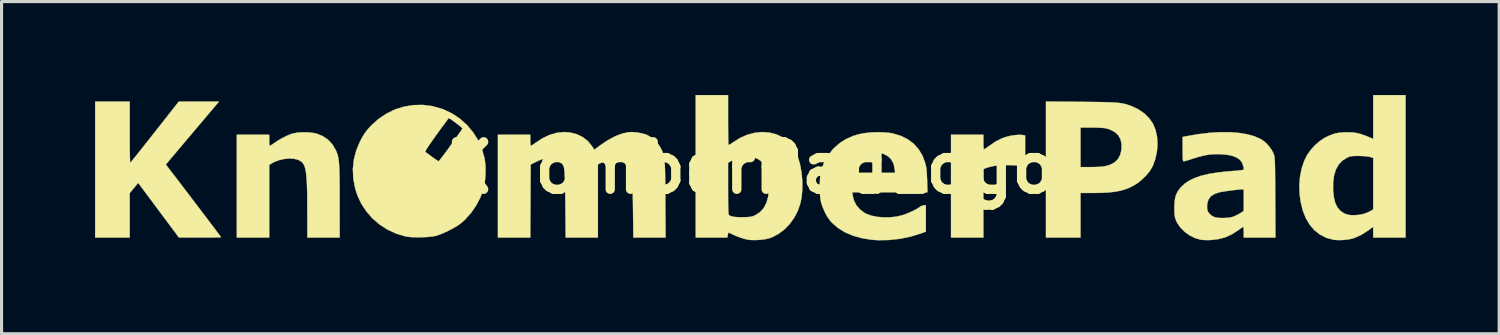
<source format=kicad_pcb>
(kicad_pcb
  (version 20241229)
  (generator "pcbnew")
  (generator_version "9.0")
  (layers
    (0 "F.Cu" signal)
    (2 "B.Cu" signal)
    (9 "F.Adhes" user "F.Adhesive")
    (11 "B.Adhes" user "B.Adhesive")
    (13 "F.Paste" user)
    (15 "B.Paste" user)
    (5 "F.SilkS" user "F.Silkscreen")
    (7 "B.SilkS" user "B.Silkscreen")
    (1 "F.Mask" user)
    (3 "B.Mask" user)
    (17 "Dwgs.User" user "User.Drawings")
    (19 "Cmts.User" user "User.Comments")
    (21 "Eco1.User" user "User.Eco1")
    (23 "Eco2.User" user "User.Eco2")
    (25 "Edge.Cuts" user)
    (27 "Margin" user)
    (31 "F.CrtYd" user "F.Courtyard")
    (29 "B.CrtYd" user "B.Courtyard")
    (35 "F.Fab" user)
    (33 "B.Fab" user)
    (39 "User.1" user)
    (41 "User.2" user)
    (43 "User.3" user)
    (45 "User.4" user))
  (footprint "KnomberPadLogo"
    (layer "F.Cu")
    (at 21.041 2.337)
    (property "Reference" "KnomberPadLogo" (at 0 0 0) (layer "F.SilkS") (effects (font (size 1.524 1.524) (thickness 0.3))))
    (attr through_hole)
    (fp_poly (pts (xy 7.481 -0.835) (xy 7.483 -0.737) (xy 7.486 -0.657) (xy 7.492 -0.606) (xy 7.495 -0.594) (xy 7.519 -0.601) (xy 7.568 -0.631) (xy 7.634 -0.678) (xy 7.651 -0.691) (xy 7.863 -0.838) (xy 8.071 -0.943) (xy 8.198 -0.989) (xy 8.33 -1.022) (xy 8.47 -1.046) (xy 8.601 -1.058) (xy 8.708 -1.056) (xy 8.74 -1.052) (xy 8.821 -1.037) (xy 8.821 -0.041) (xy 8.757 -0.056) (xy 8.712 -0.063) (xy 8.63 -0.07) (xy 8.523 -0.077) (xy 8.401 -0.083) (xy 8.356 -0.085) (xy 8.077 -0.085) (xy 7.838 -0.063) (xy 7.638 -0.017) (xy 7.558 0.012) (xy 7.481 0.044) (xy 7.481 2.24) (xy 6.442 2.24) (xy 6.442 -1.062) (xy 7.481 -1.062) (xy 7.481 -0.835)) (stroke (width 0.01) (type solid)) (fill yes) (layer "F.SilkS"))
    (fp_poly (pts (xy -19.927 -1.143) (xy -19.927 -0.935) (xy -19.926 -0.742) (xy -19.924 -0.569) (xy -19.922 -0.421) (xy -19.919 -0.302) (xy -19.916 -0.217) (xy -19.912 -0.17) (xy -19.91 -0.163) (xy -19.893 -0.181) (xy -19.85 -0.232) (xy -19.784 -0.312) (xy -19.698 -0.419) (xy -19.593 -0.549) (xy -19.474 -0.699) (xy -19.342 -0.866) (xy -19.201 -1.045) (xy -19.123 -1.144) (xy -18.353 -2.124) (xy -17.062 -2.124) (xy -17.357 -1.775) (xy -17.444 -1.672) (xy -17.555 -1.541) (xy -17.684 -1.389) (xy -17.824 -1.223) (xy -17.97 -1.05) (xy -18.115 -0.878) (xy -18.211 -0.765) (xy -18.768 -0.105) (xy -18.705 -0.023) (xy -18.641 0.06) (xy -18.558 0.168) (xy -18.458 0.297) (xy -18.346 0.444) (xy -18.223 0.605) (xy -18.093 0.776) (xy -17.959 0.952) (xy -17.822 1.132) (xy -17.687 1.309) (xy -17.556 1.482) (xy -17.432 1.645) (xy -17.318 1.796) (xy -17.217 1.93) (xy -17.131 2.044) (xy -17.064 2.134) (xy -17.018 2.196) (xy -16.996 2.225) (xy -16.995 2.228) (xy -17.017 2.231) (xy -17.08 2.233) (xy -17.177 2.236) (xy -17.303 2.238) (xy -17.453 2.239) (xy -17.62 2.239) (xy -17.67 2.239) (xy -18.346 2.239) (xy -19 1.362) (xy -19.654 0.485) (xy -19.927 0.812) (xy -19.927 2.24) (xy -21.036 2.24) (xy -21.036 -2.124) (xy -19.927 -2.124) (xy -19.927 -1.143)) (stroke (width 0.01) (type solid)) (fill yes) (layer "F.SilkS"))
    (fp_poly (pts (xy -14.072 -1.126) (xy -13.935 -1.1) (xy -13.928 -1.098) (xy -13.728 -1.017) (xy -13.557 -0.901) (xy -13.418 -0.751) (xy -13.31 -0.567) (xy -13.309 -0.567) (xy -13.284 -0.507) (xy -13.262 -0.447) (xy -13.243 -0.384) (xy -13.228 -0.311) (xy -13.216 -0.226) (xy -13.206 -0.125) (xy -13.199 -0.002) (xy -13.193 0.146) (xy -13.19 0.323) (xy -13.187 0.534) (xy -13.186 0.782) (xy -13.186 1.073) (xy -13.186 1.079) (xy -13.185 2.24) (xy -14.224 2.24) (xy -14.225 1.426) (xy -14.226 1.119) (xy -14.228 0.856) (xy -14.233 0.631) (xy -14.241 0.442) (xy -14.252 0.284) (xy -14.266 0.155) (xy -14.285 0.051) (xy -14.307 -0.032) (xy -14.334 -0.097) (xy -14.367 -0.149) (xy -14.405 -0.189) (xy -14.412 -0.196) (xy -14.515 -0.255) (xy -14.648 -0.289) (xy -14.8 -0.299) (xy -14.963 -0.284) (xy -15.128 -0.247) (xy -15.286 -0.186) (xy -15.373 -0.139) (xy -15.448 -0.093) (xy -15.448 2.24) (xy -16.487 2.24) (xy -16.487 -1.062) (xy -15.448 -1.062) (xy -15.448 -0.893) (xy -15.446 -0.809) (xy -15.441 -0.744) (xy -15.435 -0.711) (xy -15.434 -0.709) (xy -15.41 -0.715) (xy -15.36 -0.743) (xy -15.301 -0.784) (xy -15.172 -0.872) (xy -15.024 -0.957) (xy -14.874 -1.031) (xy -14.736 -1.087) (xy -14.697 -1.099) (xy -14.564 -1.126) (xy -14.404 -1.139) (xy -14.234 -1.139) (xy -14.072 -1.126)) (stroke (width 0.01) (type solid)) (fill yes) (layer "F.SilkS"))
    (fp_poly (pts (xy 10.628 -2.118) (xy 10.905 -2.115) (xy 11.141 -2.112) (xy 11.339 -2.108) (xy 11.506 -2.104) (xy 11.645 -2.098) (xy 11.76 -2.09) (xy 11.857 -2.08) (xy 11.94 -2.068) (xy 12.014 -2.052) (xy 12.083 -2.034) (xy 12.152 -2.011) (xy 12.226 -1.984) (xy 12.243 -1.978) (xy 12.456 -1.877) (xy 12.645 -1.747) (xy 12.802 -1.593) (xy 12.923 -1.42) (xy 12.929 -1.408) (xy 13.01 -1.212) (xy 13.057 -0.992) (xy 13.071 -0.757) (xy 13.052 -0.517) (xy 13 -0.279) (xy 12.916 -0.053) (xy 12.903 -0.027) (xy 12.822 0.106) (xy 12.708 0.245) (xy 12.573 0.378) (xy 12.428 0.494) (xy 12.342 0.549) (xy 12.197 0.626) (xy 12.048 0.687) (xy 11.886 0.734) (xy 11.706 0.769) (xy 11.501 0.792) (xy 11.263 0.804) (xy 10.992 0.808) (xy 10.599 0.808) (xy 10.599 2.24) (xy 9.49 2.24) (xy 9.49 -0.023) (xy 10.599 -0.023) (xy 10.918 -0.023) (xy 11.049 -0.025) (xy 11.177 -0.03) (xy 11.287 -0.038) (xy 11.367 -0.047) (xy 11.373 -0.048) (xy 11.553 -0.098) (xy 11.696 -0.175) (xy 11.802 -0.28) (xy 11.875 -0.415) (xy 11.914 -0.58) (xy 11.914 -0.587) (xy 11.918 -0.766) (xy 11.882 -0.92) (xy 11.808 -1.048) (xy 11.696 -1.151) (xy 11.545 -1.229) (xy 11.448 -1.26) (xy 11.355 -1.276) (xy 11.219 -1.287) (xy 11.043 -1.292) (xy 10.962 -1.293) (xy 10.599 -1.293) (xy 10.599 -0.023) (xy 9.49 -0.023) (xy 9.49 -2.128) (xy 10.628 -2.118)) (stroke (width 0.01) (type solid)) (fill yes) (layer "F.SilkS"))
    (fp_poly (pts (xy 21.036 2.24) (xy 19.997 2.24) (xy 19.997 1.894) (xy 19.852 2) (xy 19.632 2.142) (xy 19.413 2.244) (xy 19.328 2.272) (xy 19.203 2.299) (xy 19.053 2.316) (xy 18.9 2.322) (xy 18.762 2.315) (xy 18.712 2.308) (xy 18.488 2.246) (xy 18.288 2.145) (xy 18.111 2.006) (xy 17.96 1.831) (xy 17.835 1.621) (xy 17.738 1.379) (xy 17.67 1.105) (xy 17.637 0.875) (xy 17.631 0.711) (xy 18.709 0.711) (xy 18.731 0.932) (xy 18.774 1.115) (xy 18.841 1.261) (xy 18.933 1.375) (xy 19.053 1.457) (xy 19.165 1.502) (xy 19.263 1.519) (xy 19.386 1.523) (xy 19.519 1.513) (xy 19.644 1.492) (xy 19.703 1.476) (xy 19.792 1.443) (xy 19.875 1.406) (xy 19.922 1.382) (xy 19.997 1.336) (xy 19.997 -0.317) (xy 19.887 -0.349) (xy 19.81 -0.364) (xy 19.701 -0.375) (xy 19.575 -0.38) (xy 19.523 -0.381) (xy 19.405 -0.38) (xy 19.32 -0.375) (xy 19.257 -0.364) (xy 19.201 -0.346) (xy 19.156 -0.325) (xy 19.005 -0.229) (xy 18.886 -0.102) (xy 18.798 0.056) (xy 18.739 0.247) (xy 18.71 0.471) (xy 18.709 0.711) (xy 17.631 0.711) (xy 17.625 0.575) (xy 17.647 0.285) (xy 17.702 0.011) (xy 17.789 -0.238) (xy 17.875 -0.409) (xy 17.988 -0.57) (xy 18.125 -0.722) (xy 18.276 -0.855) (xy 18.428 -0.956) (xy 18.445 -0.966) (xy 18.61 -1.044) (xy 18.759 -1.097) (xy 18.907 -1.127) (xy 19.073 -1.139) (xy 19.142 -1.141) (xy 19.315 -1.136) (xy 19.464 -1.117) (xy 19.608 -1.081) (xy 19.767 -1.024) (xy 19.818 -1.003) (xy 19.997 -0.928) (xy 19.997 -2.332) (xy 21.036 -2.332) (xy 21.036 2.24)) (stroke (width 0.01) (type solid)) (fill yes) (layer "F.SilkS"))
    (fp_poly (pts (xy 4.288 -1.137) (xy 4.48 -1.119) (xy 4.584 -1.1) (xy 4.837 -1.023) (xy 5.058 -0.912) (xy 5.247 -0.769) (xy 5.403 -0.594) (xy 5.526 -0.388) (xy 5.606 -0.177) (xy 5.629 -0.094) (xy 5.646 -0.012) (xy 5.658 0.08) (xy 5.666 0.192) (xy 5.672 0.336) (xy 5.675 0.398) (xy 5.686 0.785) (xy 3.273 0.785) (xy 3.284 0.886) (xy 3.326 1.053) (xy 3.407 1.208) (xy 3.524 1.343) (xy 3.671 1.451) (xy 3.726 1.479) (xy 3.886 1.537) (xy 4.076 1.575) (xy 4.283 1.592) (xy 4.496 1.589) (xy 4.701 1.565) (xy 4.888 1.52) (xy 4.902 1.515) (xy 5.058 1.457) (xy 5.209 1.39) (xy 5.342 1.321) (xy 5.442 1.256) (xy 5.505 1.22) (xy 5.566 1.201) (xy 5.575 1.201) (xy 5.634 1.201) (xy 5.634 2.05) (xy 5.478 2.107) (xy 5.147 2.209) (xy 4.796 2.281) (xy 4.439 2.319) (xy 4.089 2.324) (xy 3.89 2.31) (xy 3.577 2.259) (xy 3.291 2.179) (xy 3.035 2.069) (xy 2.811 1.931) (xy 2.622 1.766) (xy 2.559 1.696) (xy 2.468 1.567) (xy 2.383 1.408) (xy 2.31 1.236) (xy 2.27 1.108) (xy 2.248 0.994) (xy 2.234 0.848) (xy 2.228 0.682) (xy 2.229 0.51) (xy 2.237 0.344) (xy 2.253 0.199) (xy 2.271 0.104) (xy 2.274 0.096) (xy 3.279 0.096) (xy 3.279 0.162) (xy 4.648 0.162) (xy 4.635 0.038) (xy 4.598 -0.127) (xy 4.526 -0.264) (xy 4.421 -0.37) (xy 4.285 -0.443) (xy 4.219 -0.463) (xy 4.09 -0.481) (xy 3.94 -0.48) (xy 3.79 -0.462) (xy 3.659 -0.427) (xy 3.63 -0.416) (xy 3.507 -0.341) (xy 3.404 -0.234) (xy 3.327 -0.109) (xy 3.285 0.026) (xy 3.279 0.096) (xy 2.274 0.096) (xy 2.358 -0.152) (xy 2.481 -0.381) (xy 2.641 -0.586) (xy 2.689 -0.636) (xy 2.873 -0.796) (xy 3.072 -0.923) (xy 3.295 -1.021) (xy 3.482 -1.078) (xy 3.657 -1.112) (xy 3.861 -1.134) (xy 4.076 -1.142) (xy 4.288 -1.137)) (stroke (width 0.01) (type solid)) (fill yes) (layer "F.SilkS"))
    (fp_poly (pts (xy -3.637 -1.134) (xy -3.487 -1.107) (xy -3.354 -1.069) (xy -3.308 -1.05) (xy -3.182 -0.976) (xy -3.058 -0.871) (xy -2.951 -0.752) (xy -2.879 -0.637) (xy -2.85 -0.577) (xy -2.825 -0.522) (xy -2.804 -0.469) (xy -2.786 -0.412) (xy -2.772 -0.349) (xy -2.761 -0.274) (xy -2.753 -0.184) (xy -2.746 -0.074) (xy -2.741 0.059) (xy -2.737 0.221) (xy -2.735 0.415) (xy -2.733 0.646) (xy -2.731 0.918) (xy -2.73 0.999) (xy -2.722 2.24) (xy -3.757 2.24) (xy -3.77 1.172) (xy -3.774 0.899) (xy -3.778 0.669) (xy -3.782 0.476) (xy -3.788 0.318) (xy -3.795 0.19) (xy -3.804 0.089) (xy -3.815 0.009) (xy -3.83 -0.052) (xy -3.847 -0.099) (xy -3.869 -0.135) (xy -3.895 -0.165) (xy -3.925 -0.193) (xy -4.012 -0.25) (xy -4.112 -0.284) (xy -4.237 -0.298) (xy -4.35 -0.295) (xy -4.457 -0.286) (xy -4.544 -0.269) (xy -4.632 -0.237) (xy -4.716 -0.197) (xy -4.895 -0.11) (xy -4.895 2.24) (xy -5.931 2.24) (xy -5.94 1.16) (xy -5.943 0.895) (xy -5.945 0.672) (xy -5.948 0.486) (xy -5.953 0.334) (xy -5.958 0.212) (xy -5.965 0.115) (xy -5.975 0.04) (xy -5.987 -0.019) (xy -6.002 -0.065) (xy -6.021 -0.102) (xy -6.044 -0.135) (xy -6.07 -0.167) (xy -6.074 -0.171) (xy -6.159 -0.24) (xy -6.271 -0.282) (xy -6.417 -0.298) (xy -6.518 -0.297) (xy -6.615 -0.288) (xy -6.696 -0.271) (xy -6.782 -0.239) (xy -6.871 -0.196) (xy -7.054 -0.104) (xy -7.06 1.068) (xy -7.066 2.24) (xy -8.105 2.24) (xy -8.105 -1.062) (xy -7.066 -1.062) (xy -7.066 -0.893) (xy -7.064 -0.809) (xy -7.06 -0.744) (xy -7.053 -0.711) (xy -7.052 -0.71) (xy -7.028 -0.715) (xy -6.98 -0.743) (xy -6.935 -0.775) (xy -6.694 -0.937) (xy -6.455 -1.052) (xy -6.217 -1.123) (xy -5.981 -1.147) (xy -5.784 -1.132) (xy -5.568 -1.077) (xy -5.378 -0.984) (xy -5.217 -0.857) (xy -5.094 -0.707) (xy -5.01 -0.581) (xy -4.816 -0.726) (xy -4.576 -0.887) (xy -4.342 -1.012) (xy -4.117 -1.098) (xy -3.91 -1.143) (xy -3.785 -1.147) (xy -3.637 -1.134)) (stroke (width 0.01) (type solid)) (fill yes) (layer "F.SilkS"))
    (fp_poly (pts (xy -0.716 -1.539) (xy -0.715 -1.353) (xy -0.714 -1.181) (xy -0.713 -1.029) (xy -0.71 -0.903) (xy -0.708 -0.808) (xy -0.705 -0.75) (xy -0.702 -0.733) (xy -0.678 -0.739) (xy -0.628 -0.767) (xy -0.561 -0.813) (xy -0.548 -0.822) (xy -0.328 -0.96) (xy -0.097 -1.061) (xy 0.139 -1.123) (xy 0.376 -1.147) (xy 0.607 -1.131) (xy 0.827 -1.076) (xy 1.023 -0.985) (xy 1.123 -0.912) (xy 1.23 -0.81) (xy 1.332 -0.691) (xy 1.418 -0.569) (xy 1.448 -0.518) (xy 1.534 -0.318) (xy 1.6 -0.087) (xy 1.645 0.165) (xy 1.668 0.429) (xy 1.668 0.692) (xy 1.645 0.946) (xy 1.605 1.143) (xy 1.524 1.379) (xy 1.409 1.601) (xy 1.263 1.803) (xy 1.094 1.978) (xy 0.904 2.122) (xy 0.701 2.229) (xy 0.606 2.263) (xy 0.475 2.293) (xy 0.317 2.313) (xy 0.153 2.321) (xy 0.001 2.317) (xy -0.071 2.309) (xy -0.196 2.281) (xy -0.342 2.234) (xy -0.49 2.176) (xy -0.595 2.127) (xy -0.654 2.098) (xy -0.693 2.081) (xy -0.701 2.078) (xy -0.711 2.098) (xy -0.724 2.148) (xy -0.726 2.159) (xy -0.741 2.24) (xy -1.755 2.24) (xy -1.755 -0.158) (xy -0.716 -0.158) (xy -0.716 0.669) (xy -0.715 0.899) (xy -0.714 1.087) (xy -0.712 1.236) (xy -0.709 1.349) (xy -0.704 1.431) (xy -0.699 1.484) (xy -0.691 1.513) (xy -0.687 1.519) (xy -0.623 1.553) (xy -0.525 1.575) (xy -0.39 1.586) (xy -0.231 1.587) (xy -0.111 1.583) (xy -0.024 1.577) (xy 0.041 1.566) (xy 0.099 1.548) (xy 0.161 1.52) (xy 0.166 1.517) (xy 0.313 1.421) (xy 0.429 1.292) (xy 0.515 1.128) (xy 0.571 0.931) (xy 0.596 0.7) (xy 0.594 0.487) (xy 0.575 0.281) (xy 0.542 0.114) (xy 0.491 -0.022) (xy 0.421 -0.132) (xy 0.371 -0.187) (xy 0.278 -0.262) (xy 0.178 -0.311) (xy 0.058 -0.338) (xy -0.093 -0.346) (xy -0.1 -0.346) (xy -0.229 -0.336) (xy -0.372 -0.306) (xy -0.511 -0.264) (xy -0.625 -0.213) (xy -0.641 -0.204) (xy -0.716 -0.158) (xy -1.755 -0.158) (xy -1.755 -2.332) (xy -0.716 -2.332) (xy -0.716 -1.539)) (stroke (width 0.01) (type solid)) (fill yes) (layer "F.SilkS"))
    (fp_poly (pts (xy -10.215 -1.981) (xy -9.916 -1.898) (xy -9.853 -1.875) (xy -9.576 -1.743) (xy -9.324 -1.575) (xy -9.099 -1.373) (xy -8.905 -1.143) (xy -8.744 -0.888) (xy -8.621 -0.612) (xy -8.539 -0.32) (xy -8.519 -0.204) (xy -8.503 -0.035) (xy -8.502 0.155) (xy -8.513 0.348) (xy -8.535 0.529) (xy -8.566 0.67) (xy -8.665 0.945) (xy -8.803 1.21) (xy -8.972 1.454) (xy -9.167 1.67) (xy -9.289 1.778) (xy -9.396 1.855) (xy -9.534 1.937) (xy -9.688 2.018) (xy -9.845 2.092) (xy -9.99 2.15) (xy -10.091 2.183) (xy -10.207 2.205) (xy -10.355 2.22) (xy -10.521 2.23) (xy -10.692 2.232) (xy -10.854 2.228) (xy -10.993 2.216) (xy -11.072 2.203) (xy -11.368 2.114) (xy -11.646 1.987) (xy -11.9 1.824) (xy -12.128 1.629) (xy -12.325 1.405) (xy -12.49 1.156) (xy -12.617 0.885) (xy -12.689 0.659) (xy -12.748 0.343) (xy -12.762 0.036) (xy -12.73 -0.263) (xy -12.666 -0.511) (xy -10.437 -0.511) (xy -10.434 -0.506) (xy -10.403 -0.485) (xy -10.344 -0.443) (xy -10.269 -0.387) (xy -10.218 -0.349) (xy -10.137 -0.29) (xy -10.07 -0.244) (xy -10.024 -0.216) (xy -10.01 -0.21) (xy -9.991 -0.228) (xy -9.949 -0.279) (xy -9.888 -0.357) (xy -9.811 -0.46) (xy -9.722 -0.58) (xy -9.626 -0.714) (xy -9.619 -0.724) (xy -9.522 -0.86) (xy -9.434 -0.984) (xy -9.359 -1.091) (xy -9.299 -1.176) (xy -9.26 -1.235) (xy -9.243 -1.261) (xy -9.243 -1.261) (xy -9.258 -1.281) (xy -9.302 -1.32) (xy -9.366 -1.372) (xy -9.442 -1.431) (xy -9.52 -1.489) (xy -9.592 -1.54) (xy -9.648 -1.577) (xy -9.68 -1.593) (xy -9.682 -1.593) (xy -9.699 -1.575) (xy -9.738 -1.524) (xy -9.797 -1.445) (xy -9.873 -1.343) (xy -9.962 -1.222) (xy -10.06 -1.087) (xy -10.08 -1.059) (xy -10.199 -0.892) (xy -10.292 -0.759) (xy -10.36 -0.657) (xy -10.406 -0.584) (xy -10.431 -0.536) (xy -10.437 -0.511) (xy -12.666 -0.511) (xy -12.654 -0.557) (xy -12.536 -0.839) (xy -12.456 -0.99) (xy -12.379 -1.113) (xy -12.293 -1.226) (xy -12.186 -1.344) (xy -12.165 -1.366) (xy -11.93 -1.575) (xy -11.674 -1.745) (xy -11.401 -1.876) (xy -11.114 -1.965) (xy -10.818 -2.013) (xy -10.517 -2.019) (xy -10.215 -1.981)) (stroke (width 0.01) (type solid)) (fill yes) (layer "F.SilkS"))
    (fp_poly (pts (xy 15.393 -1.143) (xy 15.687 -1.12) (xy 15.952 -1.076) (xy 16.184 -1.011) (xy 16.38 -0.925) (xy 16.433 -0.894) (xy 16.544 -0.806) (xy 16.651 -0.691) (xy 16.741 -0.565) (xy 16.792 -0.466) (xy 16.803 -0.438) (xy 16.813 -0.409) (xy 16.821 -0.378) (xy 16.827 -0.339) (xy 16.833 -0.289) (xy 16.837 -0.224) (xy 16.841 -0.139) (xy 16.843 -0.032) (xy 16.846 0.102) (xy 16.847 0.267) (xy 16.849 0.467) (xy 16.85 0.706) (xy 16.852 0.953) (xy 16.858 2.24) (xy 15.84 2.24) (xy 15.84 2.067) (xy 15.839 1.984) (xy 15.834 1.923) (xy 15.827 1.894) (xy 15.826 1.893) (xy 15.802 1.906) (xy 15.751 1.941) (xy 15.682 1.99) (xy 15.656 2.009) (xy 15.452 2.14) (xy 15.245 2.233) (xy 15.023 2.291) (xy 14.782 2.319) (xy 14.67 2.321) (xy 14.558 2.318) (xy 14.467 2.31) (xy 14.455 2.308) (xy 14.278 2.257) (xy 14.106 2.172) (xy 13.947 2.058) (xy 13.811 1.924) (xy 13.706 1.775) (xy 13.667 1.693) (xy 13.643 1.626) (xy 13.627 1.56) (xy 13.618 1.484) (xy 13.614 1.383) (xy 13.613 1.282) (xy 13.615 1.231) (xy 14.663 1.231) (xy 14.665 1.319) (xy 14.677 1.378) (xy 14.701 1.426) (xy 14.725 1.456) (xy 14.797 1.527) (xy 14.879 1.575) (xy 14.98 1.602) (xy 15.11 1.612) (xy 15.205 1.611) (xy 15.325 1.605) (xy 15.414 1.594) (xy 15.487 1.575) (xy 15.561 1.545) (xy 15.57 1.541) (xy 15.654 1.5) (xy 15.731 1.457) (xy 15.772 1.431) (xy 15.84 1.382) (xy 15.84 0.693) (xy 15.776 0.693) (xy 15.714 0.696) (xy 15.62 0.705) (xy 15.504 0.719) (xy 15.379 0.735) (xy 15.257 0.752) (xy 15.151 0.769) (xy 15.073 0.783) (xy 15.067 0.785) (xy 14.91 0.835) (xy 14.793 0.908) (xy 14.714 1.005) (xy 14.671 1.128) (xy 14.663 1.231) (xy 13.615 1.231) (xy 13.619 1.105) (xy 13.639 0.963) (xy 13.676 0.844) (xy 13.734 0.737) (xy 13.815 0.633) (xy 13.938 0.515) (xy 14.088 0.413) (xy 14.266 0.327) (xy 14.476 0.254) (xy 14.721 0.196) (xy 15.004 0.15) (xy 15.328 0.115) (xy 15.459 0.105) (xy 15.565 0.097) (xy 15.664 0.088) (xy 15.74 0.079) (xy 15.756 0.077) (xy 15.845 0.064) (xy 15.83 -0.03) (xy 15.793 -0.153) (xy 15.721 -0.252) (xy 15.614 -0.329) (xy 15.47 -0.386) (xy 15.288 -0.421) (xy 15.066 -0.437) (xy 14.986 -0.438) (xy 14.84 -0.434) (xy 14.698 -0.419) (xy 14.55 -0.391) (xy 14.385 -0.349) (xy 14.19 -0.289) (xy 14.158 -0.279) (xy 14.063 -0.248) (xy 13.982 -0.224) (xy 13.926 -0.21) (xy 13.91 -0.208) (xy 13.898 -0.215) (xy 13.889 -0.241) (xy 13.883 -0.292) (xy 13.88 -0.373) (xy 13.878 -0.49) (xy 13.878 -0.599) (xy 13.878 -0.99) (xy 13.999 -1.014) (xy 14.373 -1.079) (xy 14.732 -1.122) (xy 15.074 -1.143) (xy 15.393 -1.143)) (stroke (width 0.01) (type solid)) (fill yes) (layer "F.SilkS")))
  (gr_rect
    (start -3 -3)
    (end 45.082 7.666)
    (stroke (width 0.1) (type default))
    (fill no)
    (layer "Edge.Cuts")))
</source>
